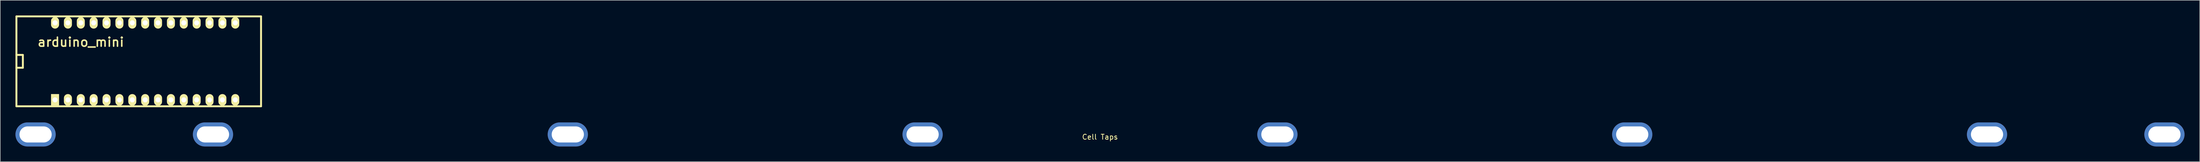
<source format=kicad_pcb>
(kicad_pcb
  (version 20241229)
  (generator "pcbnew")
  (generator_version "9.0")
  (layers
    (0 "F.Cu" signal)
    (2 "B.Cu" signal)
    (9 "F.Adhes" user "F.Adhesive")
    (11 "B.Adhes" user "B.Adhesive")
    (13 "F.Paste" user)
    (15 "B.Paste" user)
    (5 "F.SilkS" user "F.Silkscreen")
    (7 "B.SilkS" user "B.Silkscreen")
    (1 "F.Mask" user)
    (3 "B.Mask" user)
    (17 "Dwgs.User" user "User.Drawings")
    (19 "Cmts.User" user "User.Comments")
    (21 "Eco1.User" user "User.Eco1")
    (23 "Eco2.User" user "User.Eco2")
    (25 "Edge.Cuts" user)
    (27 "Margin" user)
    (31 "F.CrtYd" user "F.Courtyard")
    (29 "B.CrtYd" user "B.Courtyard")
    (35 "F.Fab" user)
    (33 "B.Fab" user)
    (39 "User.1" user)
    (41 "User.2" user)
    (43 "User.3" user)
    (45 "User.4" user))
  (footprint "Cell Taps"
    (layer "F.Cu")
    (at 213.969 23.542)
    (property "Reference" "Cell Taps" (at 0 0.5 0) (layer "F.SilkS") (effects (font (size 1 1) (thickness 0.15))))
    (attr through_hole)
    (pad "1" thru_hole oval (at -210 0) (size 7.938 4.763) (drill oval 6.35 3.175) (layers "*.Cu" "*.Mask"))
    (pad "2" thru_hole oval (at -175 0) (size 7.938 4.763) (drill oval 6.35 3.175) (layers "*.Cu" "*.Mask"))
    (pad "3" thru_hole oval (at -105 0) (size 7.938 4.763) (drill oval 6.35 3.175) (layers "*.Cu" "*.Mask"))
    (pad "4" thru_hole oval (at -35 0) (size 7.938 4.763) (drill oval 6.35 3.175) (layers "*.Cu" "*.Mask"))
    (pad "5" thru_hole oval (at 35 0) (size 7.938 4.763) (drill oval 6.35 3.175) (layers "*.Cu" "*.Mask"))
    (pad "6" thru_hole oval (at 105 0) (size 7.938 4.763) (drill oval 6.35 3.175) (layers "*.Cu" "*.Mask"))
    (pad "7" thru_hole oval (at 175 0) (size 7.938 4.763) (drill oval 6.35 3.175) (layers "*.Cu" "*.Mask"))
    (pad "8" thru_hole oval (at 210 0) (size 7.938 4.763) (drill oval 6.35 3.175) (layers "*.Cu" "*.Mask")))
  (footprint "arduino_mini"
    (layer "F.Cu")
    (at 26.86 9.081)
    (property "Reference" "arduino_mini" (at -13.97 -3.81 0) (layer "F.SilkS") (effects (font (size 1.778 1.778) (thickness 0.305))))
    (attr through_hole)
    (fp_line (start -26.67 -8.89) (end 21.59 -8.89) (stroke (width 0.381) (type solid)) (layer "F.SilkS"))
    (fp_line (start -26.67 1.27) (end -25.4 1.27) (stroke (width 0.381) (type solid)) (layer "F.SilkS"))
    (fp_line (start -26.67 8.89) (end -26.67 -8.89) (stroke (width 0.381) (type solid)) (layer "F.SilkS"))
    (fp_line (start -25.4 -1.27) (end -26.67 -1.27) (stroke (width 0.381) (type solid)) (layer "F.SilkS"))
    (fp_line (start -25.4 1.27) (end -25.4 -1.27) (stroke (width 0.381) (type solid)) (layer "F.SilkS"))
    (fp_line (start 21.59 -8.89) (end 21.59 8.89) (stroke (width 0.381) (type solid)) (layer "F.SilkS"))
    (fp_line (start 21.59 8.89) (end -26.67 8.89) (stroke (width 0.381) (type solid)) (layer "F.SilkS"))
    (pad "1" thru_hole rect (at -19.05 7.62) (size 1.575 2.286) (drill 1) (layers "*.Cu" "*.Mask" "F.SilkS"))
    (pad "2" thru_hole oval (at -16.51 7.62) (size 1.575 2.286) (drill 1) (layers "*.Cu" "*.Mask" "F.SilkS"))
    (pad "3" thru_hole oval (at -13.97 7.62) (size 1.575 2.286) (drill 1) (layers "*.Cu" "*.Mask" "F.SilkS"))
    (pad "4" thru_hole oval (at -11.43 7.62) (size 1.575 2.286) (drill 1) (layers "*.Cu" "*.Mask" "F.SilkS"))
    (pad "5" thru_hole oval (at -8.89 7.62) (size 1.575 2.286) (drill 1) (layers "*.Cu" "*.Mask" "F.SilkS"))
    (pad "6" thru_hole oval (at -6.35 7.62) (size 1.575 2.286) (drill 1) (layers "*.Cu" "*.Mask" "F.SilkS"))
    (pad "7" thru_hole oval (at -3.81 7.62) (size 1.575 2.286) (drill 1) (layers "*.Cu" "*.Mask" "F.SilkS"))
    (pad "8" thru_hole oval (at -1.27 7.62) (size 1.575 2.286) (drill 1) (layers "*.Cu" "*.Mask" "F.SilkS"))
    (pad "9" thru_hole oval (at 1.27 7.62) (size 1.575 2.286) (drill 1) (layers "*.Cu" "*.Mask" "F.SilkS"))
    (pad "10" thru_hole oval (at 3.81 7.62) (size 1.575 2.286) (drill 1) (layers "*.Cu" "*.Mask" "F.SilkS"))
    (pad "11" thru_hole oval (at 6.35 7.62) (size 1.575 2.286) (drill 1) (layers "*.Cu" "*.Mask" "F.SilkS"))
    (pad "12" thru_hole oval (at 8.89 7.62) (size 1.575 2.286) (drill 1) (layers "*.Cu" "*.Mask" "F.SilkS"))
    (pad "13" thru_hole oval (at 11.43 7.62) (size 1.575 2.286) (drill 1) (layers "*.Cu" "*.Mask" "F.SilkS"))
    (pad "14" thru_hole oval (at 13.97 7.62) (size 1.575 2.286) (drill 1) (layers "*.Cu" "*.Mask" "F.SilkS"))
    (pad "15" thru_hole oval (at 16.51 7.62) (size 1.575 2.286) (drill 1) (layers "*.Cu" "*.Mask" "F.SilkS"))
    (pad "16" thru_hole oval (at 16.51 -7.62) (size 1.575 2.286) (drill 1) (layers "*.Cu" "*.Mask" "F.SilkS"))
    (pad "17" thru_hole oval (at 13.97 -7.62) (size 1.575 2.286) (drill 1) (layers "*.Cu" "*.Mask" "F.SilkS"))
    (pad "18" thru_hole oval (at 11.43 -7.62) (size 1.575 2.286) (drill 1) (layers "*.Cu" "*.Mask" "F.SilkS"))
    (pad "19" thru_hole oval (at 8.89 -7.62) (size 1.575 2.286) (drill 1) (layers "*.Cu" "*.Mask" "F.SilkS"))
    (pad "20" thru_hole oval (at 6.35 -7.62) (size 1.575 2.286) (drill 1) (layers "*.Cu" "*.Mask" "F.SilkS"))
    (pad "21" thru_hole oval (at 3.81 -7.62) (size 1.575 2.286) (drill 1) (layers "*.Cu" "*.Mask" "F.SilkS"))
    (pad "22" thru_hole oval (at 1.27 -7.62) (size 1.575 2.286) (drill 1) (layers "*.Cu" "*.Mask" "F.SilkS"))
    (pad "23" thru_hole oval (at -1.27 -7.62) (size 1.575 2.286) (drill 1) (layers "*.Cu" "*.Mask" "F.SilkS"))
    (pad "24" thru_hole oval (at -3.81 -7.62) (size 1.575 2.286) (drill 1) (layers "*.Cu" "*.Mask" "F.SilkS"))
    (pad "25" thru_hole oval (at -6.35 -7.62) (size 1.575 2.286) (drill 1) (layers "*.Cu" "*.Mask" "F.SilkS"))
    (pad "26" thru_hole oval (at -8.89 -7.62) (size 1.575 2.286) (drill 1) (layers "*.Cu" "*.Mask" "F.SilkS"))
    (pad "27" thru_hole oval (at -11.43 -7.62) (size 1.575 2.286) (drill 1) (layers "*.Cu" "*.Mask" "F.SilkS"))
    (pad "28" thru_hole oval (at -13.97 -7.62) (size 1.575 2.286) (drill 1) (layers "*.Cu" "*.Mask" "F.SilkS"))
    (pad "29" thru_hole oval (at -16.51 -7.62) (size 1.575 2.286) (drill 1) (layers "*.Cu" "*.Mask" "F.SilkS"))
    (pad "30" thru_hole oval (at -19.05 -7.62) (size 1.575 2.286) (drill 1) (layers "*.Cu" "*.Mask" "F.SilkS")))
  (gr_rect
    (start -3 -3)
    (end 430.938 28.924)
    (stroke (width 0.1) (type default))
    (fill no)
    (layer "Edge.Cuts")))
</source>
